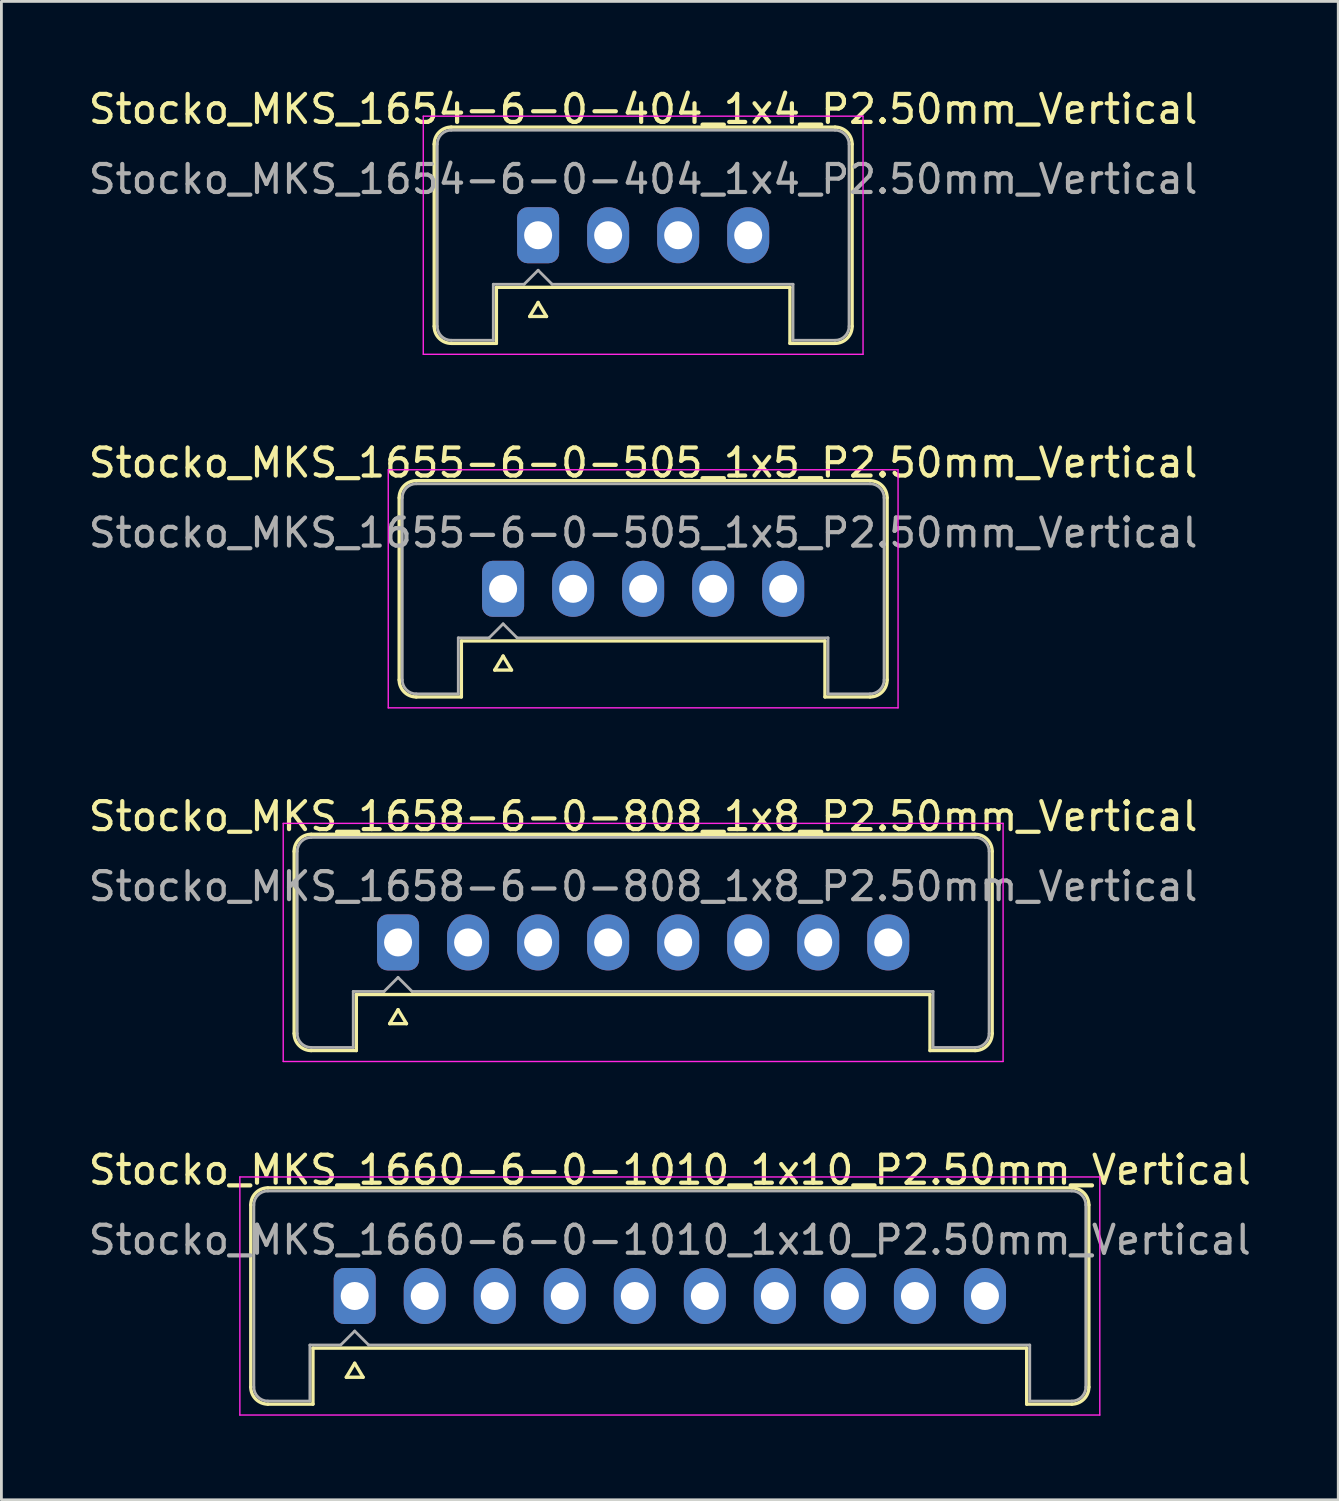
<source format=kicad_pcb>
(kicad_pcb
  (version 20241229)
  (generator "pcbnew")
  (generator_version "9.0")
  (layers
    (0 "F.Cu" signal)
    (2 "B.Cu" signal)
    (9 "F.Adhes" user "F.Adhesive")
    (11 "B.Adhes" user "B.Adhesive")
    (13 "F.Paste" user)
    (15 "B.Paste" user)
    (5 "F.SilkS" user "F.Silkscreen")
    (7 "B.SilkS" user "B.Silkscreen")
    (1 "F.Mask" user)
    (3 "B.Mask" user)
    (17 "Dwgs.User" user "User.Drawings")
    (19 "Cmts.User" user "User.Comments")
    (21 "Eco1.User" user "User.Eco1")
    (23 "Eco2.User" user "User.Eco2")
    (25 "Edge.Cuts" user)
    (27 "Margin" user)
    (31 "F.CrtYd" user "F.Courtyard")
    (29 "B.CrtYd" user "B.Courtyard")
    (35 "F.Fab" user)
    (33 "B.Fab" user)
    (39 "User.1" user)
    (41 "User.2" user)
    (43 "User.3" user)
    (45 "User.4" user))
  (footprint "Stocko_MKS_1654-6-0-404_1x4_P2.50mm_Vertical"
    (layer "F.Cu")
    (at 16.161 5.348)
    (property "Reference" "Stocko_MKS_1654-6-0-404_1x4_P2.50mm_Vertical" (at 3.75 -4.5 0) (layer "F.SilkS") (effects (font (size 1 1) (thickness 0.15))))
    (attr through_hole)
    (fp_line (start -3.71 -3.25) (end -3.71 3.25) (stroke (width 0.12) (type solid)) (layer "F.SilkS"))
    (fp_line (start -3.1 -3.86) (end 10.6 -3.86) (stroke (width 0.12) (type solid)) (layer "F.SilkS"))
    (fp_line (start -3.1 3.86) (end -1.49 3.86) (stroke (width 0.12) (type solid)) (layer "F.SilkS"))
    (fp_line (start -1.49 1.86) (end 8.99 1.86) (stroke (width 0.12) (type solid)) (layer "F.SilkS"))
    (fp_line (start -1.49 3.86) (end -1.49 1.86) (stroke (width 0.12) (type solid)) (layer "F.SilkS"))
    (fp_line (start -0.3 2.9) (end 0.3 2.9) (stroke (width 0.12) (type solid)) (layer "F.SilkS"))
    (fp_line (start 0 2.4) (end -0.3 2.9) (stroke (width 0.12) (type solid)) (layer "F.SilkS"))
    (fp_line (start 0.3 2.9) (end 0 2.4) (stroke (width 0.12) (type solid)) (layer "F.SilkS"))
    (fp_line (start 8.99 3.86) (end 8.99 1.86) (stroke (width 0.12) (type solid)) (layer "F.SilkS"))
    (fp_line (start 10.6 3.86) (end 8.99 3.86) (stroke (width 0.12) (type solid)) (layer "F.SilkS"))
    (fp_line (start 11.21 -3.25) (end 11.21 3.25) (stroke (width 0.12) (type solid)) (layer "F.SilkS"))
    (fp_arc (start -3.71 -3.25) (mid -3.531335 -3.681335) (end -3.1 -3.86) (stroke (width 0.12) (type solid)) (layer "F.SilkS"))
    (fp_arc (start -3.1 3.86) (mid -3.531335 3.681335) (end -3.71 3.25) (stroke (width 0.12) (type solid)) (layer "F.SilkS"))
    (fp_arc (start 10.6 -3.86) (mid 11.031335 -3.681335) (end 11.21 -3.25) (stroke (width 0.12) (type solid)) (layer "F.SilkS"))
    (fp_arc (start 11.21 3.25) (mid 11.031335 3.681335) (end 10.6 3.86) (stroke (width 0.12) (type solid)) (layer "F.SilkS"))
    (fp_line (start -4.1 -4.25) (end -4.1 4.25) (stroke (width 0.05) (type solid)) (layer "F.CrtYd"))
    (fp_line (start -4.1 4.25) (end 11.6 4.25) (stroke (width 0.05) (type solid)) (layer "F.CrtYd"))
    (fp_line (start 11.6 -4.25) (end -4.1 -4.25) (stroke (width 0.05) (type solid)) (layer "F.CrtYd"))
    (fp_line (start 11.6 4.25) (end 11.6 -4.25) (stroke (width 0.05) (type solid)) (layer "F.CrtYd"))
    (fp_line (start -3.6 -3.25) (end -3.6 3.25) (stroke (width 0.1) (type solid)) (layer "F.Fab"))
    (fp_line (start -3.1 -3.75) (end 10.6 -3.75) (stroke (width 0.1) (type solid)) (layer "F.Fab"))
    (fp_line (start -3.1 3.75) (end -1.6 3.75) (stroke (width 0.1) (type solid)) (layer "F.Fab"))
    (fp_line (start -1.6 1.75) (end -0.5 1.75) (stroke (width 0.1) (type solid)) (layer "F.Fab"))
    (fp_line (start -1.6 3.75) (end -1.6 1.75) (stroke (width 0.1) (type solid)) (layer "F.Fab"))
    (fp_line (start -0.5 1.75) (end 0 1.25) (stroke (width 0.1) (type solid)) (layer "F.Fab"))
    (fp_line (start 0 1.25) (end 0.5 1.75) (stroke (width 0.1) (type solid)) (layer "F.Fab"))
    (fp_line (start 0.5 1.75) (end 9.1 1.75) (stroke (width 0.1) (type solid)) (layer "F.Fab"))
    (fp_line (start 9.1 3.75) (end 9.1 1.75) (stroke (width 0.1) (type solid)) (layer "F.Fab"))
    (fp_line (start 10.6 3.75) (end 9.1 3.75) (stroke (width 0.1) (type solid)) (layer "F.Fab"))
    (fp_line (start 11.1 -3.25) (end 11.1 3.25) (stroke (width 0.1) (type solid)) (layer "F.Fab"))
    (fp_arc (start -3.6 -3.25) (mid -3.453553 -3.603553) (end -3.1 -3.75) (stroke (width 0.1) (type solid)) (layer "F.Fab"))
    (fp_arc (start -3.1 3.75) (mid -3.453553 3.603553) (end -3.6 3.25) (stroke (width 0.1) (type solid)) (layer "F.Fab"))
    (fp_arc (start 10.6 -3.75) (mid 10.953553 -3.603553) (end 11.1 -3.25) (stroke (width 0.1) (type solid)) (layer "F.Fab"))
    (fp_arc (start 11.1 3.25) (mid 10.953553 3.603553) (end 10.6 3.75) (stroke (width 0.1) (type solid)) (layer "F.Fab"))
    (fp_text user "${REFERENCE}" (at 3.75 -2 0) (layer "F.Fab") (effects (font (size 1 1) (thickness 0.15))))
    (pad "1" thru_hole roundrect (at 0 0) (size 1.5 2) (drill 1) (layers "*.Cu" "*.Mask") (roundrect_rratio 0.25))
    (pad "2" thru_hole oval (at 2.5 0) (size 1.5 2) (drill 1) (layers "*.Cu" "*.Mask"))
    (pad "3" thru_hole oval (at 5 0) (size 1.5 2) (drill 1) (layers "*.Cu" "*.Mask"))
    (pad "4" thru_hole oval (at 7.5 0) (size 1.5 2) (drill 1) (layers "*.Cu" "*.Mask")))
  (footprint "Stocko_MKS_1660-6-0-1010_1x10_P2.50mm_Vertical"
    (layer "F.Cu")
    (at 9.613 43.218)
    (property "Reference" "Stocko_MKS_1660-6-0-1010_1x10_P2.50mm_Vertical" (at 11.25 -4.5 0) (layer "F.SilkS") (effects (font (size 1 1) (thickness 0.15))))
    (attr through_hole)
    (fp_line (start -3.71 -3.25) (end -3.71 3.25) (stroke (width 0.12) (type solid)) (layer "F.SilkS"))
    (fp_line (start -3.1 -3.86) (end 25.6 -3.86) (stroke (width 0.12) (type solid)) (layer "F.SilkS"))
    (fp_line (start -3.1 3.86) (end -1.49 3.86) (stroke (width 0.12) (type solid)) (layer "F.SilkS"))
    (fp_line (start -1.49 1.86) (end 23.99 1.86) (stroke (width 0.12) (type solid)) (layer "F.SilkS"))
    (fp_line (start -1.49 3.86) (end -1.49 1.86) (stroke (width 0.12) (type solid)) (layer "F.SilkS"))
    (fp_line (start -0.3 2.9) (end 0.3 2.9) (stroke (width 0.12) (type solid)) (layer "F.SilkS"))
    (fp_line (start 0 2.4) (end -0.3 2.9) (stroke (width 0.12) (type solid)) (layer "F.SilkS"))
    (fp_line (start 0.3 2.9) (end 0 2.4) (stroke (width 0.12) (type solid)) (layer "F.SilkS"))
    (fp_line (start 23.99 3.86) (end 23.99 1.86) (stroke (width 0.12) (type solid)) (layer "F.SilkS"))
    (fp_line (start 25.6 3.86) (end 23.99 3.86) (stroke (width 0.12) (type solid)) (layer "F.SilkS"))
    (fp_line (start 26.21 -3.25) (end 26.21 3.25) (stroke (width 0.12) (type solid)) (layer "F.SilkS"))
    (fp_arc (start -3.71 -3.25) (mid -3.531335 -3.681335) (end -3.1 -3.86) (stroke (width 0.12) (type solid)) (layer "F.SilkS"))
    (fp_arc (start -3.1 3.86) (mid -3.531335 3.681335) (end -3.71 3.25) (stroke (width 0.12) (type solid)) (layer "F.SilkS"))
    (fp_arc (start 25.6 -3.86) (mid 26.031335 -3.681335) (end 26.21 -3.25) (stroke (width 0.12) (type solid)) (layer "F.SilkS"))
    (fp_arc (start 26.21 3.25) (mid 26.031335 3.681335) (end 25.6 3.86) (stroke (width 0.12) (type solid)) (layer "F.SilkS"))
    (fp_line (start -4.1 -4.25) (end -4.1 4.25) (stroke (width 0.05) (type solid)) (layer "F.CrtYd"))
    (fp_line (start -4.1 4.25) (end 26.6 4.25) (stroke (width 0.05) (type solid)) (layer "F.CrtYd"))
    (fp_line (start 26.6 -4.25) (end -4.1 -4.25) (stroke (width 0.05) (type solid)) (layer "F.CrtYd"))
    (fp_line (start 26.6 4.25) (end 26.6 -4.25) (stroke (width 0.05) (type solid)) (layer "F.CrtYd"))
    (fp_line (start -3.6 -3.25) (end -3.6 3.25) (stroke (width 0.1) (type solid)) (layer "F.Fab"))
    (fp_line (start -3.1 -3.75) (end 25.6 -3.75) (stroke (width 0.1) (type solid)) (layer "F.Fab"))
    (fp_line (start -3.1 3.75) (end -1.6 3.75) (stroke (width 0.1) (type solid)) (layer "F.Fab"))
    (fp_line (start -1.6 1.75) (end -0.5 1.75) (stroke (width 0.1) (type solid)) (layer "F.Fab"))
    (fp_line (start -1.6 3.75) (end -1.6 1.75) (stroke (width 0.1) (type solid)) (layer "F.Fab"))
    (fp_line (start -0.5 1.75) (end 0 1.25) (stroke (width 0.1) (type solid)) (layer "F.Fab"))
    (fp_line (start 0 1.25) (end 0.5 1.75) (stroke (width 0.1) (type solid)) (layer "F.Fab"))
    (fp_line (start 0.5 1.75) (end 24.1 1.75) (stroke (width 0.1) (type solid)) (layer "F.Fab"))
    (fp_line (start 24.1 3.75) (end 24.1 1.75) (stroke (width 0.1) (type solid)) (layer "F.Fab"))
    (fp_line (start 25.6 3.75) (end 24.1 3.75) (stroke (width 0.1) (type solid)) (layer "F.Fab"))
    (fp_line (start 26.1 -3.25) (end 26.1 3.25) (stroke (width 0.1) (type solid)) (layer "F.Fab"))
    (fp_arc (start -3.6 -3.25) (mid -3.453553 -3.603553) (end -3.1 -3.75) (stroke (width 0.1) (type solid)) (layer "F.Fab"))
    (fp_arc (start -3.1 3.75) (mid -3.453553 3.603553) (end -3.6 3.25) (stroke (width 0.1) (type solid)) (layer "F.Fab"))
    (fp_arc (start 25.6 -3.75) (mid 25.953553 -3.603553) (end 26.1 -3.25) (stroke (width 0.1) (type solid)) (layer "F.Fab"))
    (fp_arc (start 26.1 3.25) (mid 25.953553 3.603553) (end 25.6 3.75) (stroke (width 0.1) (type solid)) (layer "F.Fab"))
    (fp_text user "${REFERENCE}" (at 11.25 -2 0) (layer "F.Fab") (effects (font (size 1 1) (thickness 0.15))))
    (pad "1" thru_hole roundrect (at 0 0) (size 1.5 2) (drill 1) (layers "*.Cu" "*.Mask") (roundrect_rratio 0.25))
    (pad "2" thru_hole oval (at 2.5 0) (size 1.5 2) (drill 1) (layers "*.Cu" "*.Mask"))
    (pad "3" thru_hole oval (at 5 0) (size 1.5 2) (drill 1) (layers "*.Cu" "*.Mask"))
    (pad "4" thru_hole oval (at 7.5 0) (size 1.5 2) (drill 1) (layers "*.Cu" "*.Mask"))
    (pad "5" thru_hole oval (at 10 0) (size 1.5 2) (drill 1) (layers "*.Cu" "*.Mask"))
    (pad "6" thru_hole oval (at 12.5 0) (size 1.5 2) (drill 1) (layers "*.Cu" "*.Mask"))
    (pad "7" thru_hole oval (at 15 0) (size 1.5 2) (drill 1) (layers "*.Cu" "*.Mask"))
    (pad "8" thru_hole oval (at 17.5 0) (size 1.5 2) (drill 1) (layers "*.Cu" "*.Mask"))
    (pad "9" thru_hole oval (at 20 0) (size 1.5 2) (drill 1) (layers "*.Cu" "*.Mask"))
    (pad "10" thru_hole oval (at 22.5 0) (size 1.5 2) (drill 1) (layers "*.Cu" "*.Mask")))
  (footprint "Stocko_MKS_1655-6-0-505_1x5_P2.50mm_Vertical"
    (layer "F.Cu")
    (at 14.911 17.971)
    (property "Reference" "Stocko_MKS_1655-6-0-505_1x5_P2.50mm_Vertical" (at 5 -4.5 0) (layer "F.SilkS") (effects (font (size 1 1) (thickness 0.15))))
    (attr through_hole)
    (fp_line (start -3.71 -3.25) (end -3.71 3.25) (stroke (width 0.12) (type solid)) (layer "F.SilkS"))
    (fp_line (start -3.1 -3.86) (end 13.1 -3.86) (stroke (width 0.12) (type solid)) (layer "F.SilkS"))
    (fp_line (start -3.1 3.86) (end -1.49 3.86) (stroke (width 0.12) (type solid)) (layer "F.SilkS"))
    (fp_line (start -1.49 1.86) (end 11.49 1.86) (stroke (width 0.12) (type solid)) (layer "F.SilkS"))
    (fp_line (start -1.49 3.86) (end -1.49 1.86) (stroke (width 0.12) (type solid)) (layer "F.SilkS"))
    (fp_line (start -0.3 2.9) (end 0.3 2.9) (stroke (width 0.12) (type solid)) (layer "F.SilkS"))
    (fp_line (start 0 2.4) (end -0.3 2.9) (stroke (width 0.12) (type solid)) (layer "F.SilkS"))
    (fp_line (start 0.3 2.9) (end 0 2.4) (stroke (width 0.12) (type solid)) (layer "F.SilkS"))
    (fp_line (start 11.49 3.86) (end 11.49 1.86) (stroke (width 0.12) (type solid)) (layer "F.SilkS"))
    (fp_line (start 13.1 3.86) (end 11.49 3.86) (stroke (width 0.12) (type solid)) (layer "F.SilkS"))
    (fp_line (start 13.71 -3.25) (end 13.71 3.25) (stroke (width 0.12) (type solid)) (layer "F.SilkS"))
    (fp_arc (start -3.71 -3.25) (mid -3.531335 -3.681335) (end -3.1 -3.86) (stroke (width 0.12) (type solid)) (layer "F.SilkS"))
    (fp_arc (start -3.1 3.86) (mid -3.531335 3.681335) (end -3.71 3.25) (stroke (width 0.12) (type solid)) (layer "F.SilkS"))
    (fp_arc (start 13.1 -3.86) (mid 13.531335 -3.681335) (end 13.71 -3.25) (stroke (width 0.12) (type solid)) (layer "F.SilkS"))
    (fp_arc (start 13.71 3.25) (mid 13.531335 3.681335) (end 13.1 3.86) (stroke (width 0.12) (type solid)) (layer "F.SilkS"))
    (fp_line (start -4.1 -4.25) (end -4.1 4.25) (stroke (width 0.05) (type solid)) (layer "F.CrtYd"))
    (fp_line (start -4.1 4.25) (end 14.1 4.25) (stroke (width 0.05) (type solid)) (layer "F.CrtYd"))
    (fp_line (start 14.1 -4.25) (end -4.1 -4.25) (stroke (width 0.05) (type solid)) (layer "F.CrtYd"))
    (fp_line (start 14.1 4.25) (end 14.1 -4.25) (stroke (width 0.05) (type solid)) (layer "F.CrtYd"))
    (fp_line (start -3.6 -3.25) (end -3.6 3.25) (stroke (width 0.1) (type solid)) (layer "F.Fab"))
    (fp_line (start -3.1 -3.75) (end 13.1 -3.75) (stroke (width 0.1) (type solid)) (layer "F.Fab"))
    (fp_line (start -3.1 3.75) (end -1.6 3.75) (stroke (width 0.1) (type solid)) (layer "F.Fab"))
    (fp_line (start -1.6 1.75) (end -0.5 1.75) (stroke (width 0.1) (type solid)) (layer "F.Fab"))
    (fp_line (start -1.6 3.75) (end -1.6 1.75) (stroke (width 0.1) (type solid)) (layer "F.Fab"))
    (fp_line (start -0.5 1.75) (end 0 1.25) (stroke (width 0.1) (type solid)) (layer "F.Fab"))
    (fp_line (start 0 1.25) (end 0.5 1.75) (stroke (width 0.1) (type solid)) (layer "F.Fab"))
    (fp_line (start 0.5 1.75) (end 11.6 1.75) (stroke (width 0.1) (type solid)) (layer "F.Fab"))
    (fp_line (start 11.6 3.75) (end 11.6 1.75) (stroke (width 0.1) (type solid)) (layer "F.Fab"))
    (fp_line (start 13.1 3.75) (end 11.6 3.75) (stroke (width 0.1) (type solid)) (layer "F.Fab"))
    (fp_line (start 13.6 -3.25) (end 13.6 3.25) (stroke (width 0.1) (type solid)) (layer "F.Fab"))
    (fp_arc (start -3.6 -3.25) (mid -3.453553 -3.603553) (end -3.1 -3.75) (stroke (width 0.1) (type solid)) (layer "F.Fab"))
    (fp_arc (start -3.1 3.75) (mid -3.453553 3.603553) (end -3.6 3.25) (stroke (width 0.1) (type solid)) (layer "F.Fab"))
    (fp_arc (start 13.1 -3.75) (mid 13.453553 -3.603553) (end 13.6 -3.25) (stroke (width 0.1) (type solid)) (layer "F.Fab"))
    (fp_arc (start 13.6 3.25) (mid 13.453553 3.603553) (end 13.1 3.75) (stroke (width 0.1) (type solid)) (layer "F.Fab"))
    (fp_text user "${REFERENCE}" (at 5 -2 0) (layer "F.Fab") (effects (font (size 1 1) (thickness 0.15))))
    (pad "1" thru_hole roundrect (at 0 0) (size 1.5 2) (drill 1) (layers "*.Cu" "*.Mask") (roundrect_rratio 0.25))
    (pad "2" thru_hole oval (at 2.5 0) (size 1.5 2) (drill 1) (layers "*.Cu" "*.Mask"))
    (pad "3" thru_hole oval (at 5 0) (size 1.5 2) (drill 1) (layers "*.Cu" "*.Mask"))
    (pad "4" thru_hole oval (at 7.5 0) (size 1.5 2) (drill 1) (layers "*.Cu" "*.Mask"))
    (pad "5" thru_hole oval (at 10 0) (size 1.5 2) (drill 1) (layers "*.Cu" "*.Mask")))
  (footprint "Stocko_MKS_1658-6-0-808_1x8_P2.50mm_Vertical"
    (layer "F.Cu")
    (at 11.161 30.595)
    (property "Reference" "Stocko_MKS_1658-6-0-808_1x8_P2.50mm_Vertical" (at 8.75 -4.5 0) (layer "F.SilkS") (effects (font (size 1 1) (thickness 0.15))))
    (attr through_hole)
    (fp_line (start -3.71 -3.25) (end -3.71 3.25) (stroke (width 0.12) (type solid)) (layer "F.SilkS"))
    (fp_line (start -3.1 -3.86) (end 20.6 -3.86) (stroke (width 0.12) (type solid)) (layer "F.SilkS"))
    (fp_line (start -3.1 3.86) (end -1.49 3.86) (stroke (width 0.12) (type solid)) (layer "F.SilkS"))
    (fp_line (start -1.49 1.86) (end 18.99 1.86) (stroke (width 0.12) (type solid)) (layer "F.SilkS"))
    (fp_line (start -1.49 3.86) (end -1.49 1.86) (stroke (width 0.12) (type solid)) (layer "F.SilkS"))
    (fp_line (start -0.3 2.9) (end 0.3 2.9) (stroke (width 0.12) (type solid)) (layer "F.SilkS"))
    (fp_line (start 0 2.4) (end -0.3 2.9) (stroke (width 0.12) (type solid)) (layer "F.SilkS"))
    (fp_line (start 0.3 2.9) (end 0 2.4) (stroke (width 0.12) (type solid)) (layer "F.SilkS"))
    (fp_line (start 18.99 3.86) (end 18.99 1.86) (stroke (width 0.12) (type solid)) (layer "F.SilkS"))
    (fp_line (start 20.6 3.86) (end 18.99 3.86) (stroke (width 0.12) (type solid)) (layer "F.SilkS"))
    (fp_line (start 21.21 -3.25) (end 21.21 3.25) (stroke (width 0.12) (type solid)) (layer "F.SilkS"))
    (fp_arc (start -3.71 -3.25) (mid -3.531335 -3.681335) (end -3.1 -3.86) (stroke (width 0.12) (type solid)) (layer "F.SilkS"))
    (fp_arc (start -3.1 3.86) (mid -3.531335 3.681335) (end -3.71 3.25) (stroke (width 0.12) (type solid)) (layer "F.SilkS"))
    (fp_arc (start 20.6 -3.86) (mid 21.031335 -3.681335) (end 21.21 -3.25) (stroke (width 0.12) (type solid)) (layer "F.SilkS"))
    (fp_arc (start 21.21 3.25) (mid 21.031335 3.681335) (end 20.6 3.86) (stroke (width 0.12) (type solid)) (layer "F.SilkS"))
    (fp_line (start -4.1 -4.25) (end -4.1 4.25) (stroke (width 0.05) (type solid)) (layer "F.CrtYd"))
    (fp_line (start -4.1 4.25) (end 21.6 4.25) (stroke (width 0.05) (type solid)) (layer "F.CrtYd"))
    (fp_line (start 21.6 -4.25) (end -4.1 -4.25) (stroke (width 0.05) (type solid)) (layer "F.CrtYd"))
    (fp_line (start 21.6 4.25) (end 21.6 -4.25) (stroke (width 0.05) (type solid)) (layer "F.CrtYd"))
    (fp_line (start -3.6 -3.25) (end -3.6 3.25) (stroke (width 0.1) (type solid)) (layer "F.Fab"))
    (fp_line (start -3.1 -3.75) (end 20.6 -3.75) (stroke (width 0.1) (type solid)) (layer "F.Fab"))
    (fp_line (start -3.1 3.75) (end -1.6 3.75) (stroke (width 0.1) (type solid)) (layer "F.Fab"))
    (fp_line (start -1.6 1.75) (end -0.5 1.75) (stroke (width 0.1) (type solid)) (layer "F.Fab"))
    (fp_line (start -1.6 3.75) (end -1.6 1.75) (stroke (width 0.1) (type solid)) (layer "F.Fab"))
    (fp_line (start -0.5 1.75) (end 0 1.25) (stroke (width 0.1) (type solid)) (layer "F.Fab"))
    (fp_line (start 0 1.25) (end 0.5 1.75) (stroke (width 0.1) (type solid)) (layer "F.Fab"))
    (fp_line (start 0.5 1.75) (end 19.1 1.75) (stroke (width 0.1) (type solid)) (layer "F.Fab"))
    (fp_line (start 19.1 3.75) (end 19.1 1.75) (stroke (width 0.1) (type solid)) (layer "F.Fab"))
    (fp_line (start 20.6 3.75) (end 19.1 3.75) (stroke (width 0.1) (type solid)) (layer "F.Fab"))
    (fp_line (start 21.1 -3.25) (end 21.1 3.25) (stroke (width 0.1) (type solid)) (layer "F.Fab"))
    (fp_arc (start -3.6 -3.25) (mid -3.453553 -3.603553) (end -3.1 -3.75) (stroke (width 0.1) (type solid)) (layer "F.Fab"))
    (fp_arc (start -3.1 3.75) (mid -3.453553 3.603553) (end -3.6 3.25) (stroke (width 0.1) (type solid)) (layer "F.Fab"))
    (fp_arc (start 20.6 -3.75) (mid 20.953553 -3.603553) (end 21.1 -3.25) (stroke (width 0.1) (type solid)) (layer "F.Fab"))
    (fp_arc (start 21.1 3.25) (mid 20.953553 3.603553) (end 20.6 3.75) (stroke (width 0.1) (type solid)) (layer "F.Fab"))
    (fp_text user "${REFERENCE}" (at 8.75 -2 0) (layer "F.Fab") (effects (font (size 1 1) (thickness 0.15))))
    (pad "1" thru_hole roundrect (at 0 0) (size 1.5 2) (drill 1) (layers "*.Cu" "*.Mask") (roundrect_rratio 0.25))
    (pad "2" thru_hole oval (at 2.5 0) (size 1.5 2) (drill 1) (layers "*.Cu" "*.Mask"))
    (pad "3" thru_hole oval (at 5 0) (size 1.5 2) (drill 1) (layers "*.Cu" "*.Mask"))
    (pad "4" thru_hole oval (at 7.5 0) (size 1.5 2) (drill 1) (layers "*.Cu" "*.Mask"))
    (pad "5" thru_hole oval (at 10 0) (size 1.5 2) (drill 1) (layers "*.Cu" "*.Mask"))
    (pad "6" thru_hole oval (at 12.5 0) (size 1.5 2) (drill 1) (layers "*.Cu" "*.Mask"))
    (pad "7" thru_hole oval (at 15 0) (size 1.5 2) (drill 1) (layers "*.Cu" "*.Mask"))
    (pad "8" thru_hole oval (at 17.5 0) (size 1.5 2) (drill 1) (layers "*.Cu" "*.Mask")))
  (gr_rect
    (start -3 -3)
    (end 44.726 50.493)
    (stroke (width 0.1) (type default))
    (fill no)
    (layer "Edge.Cuts")))
</source>
